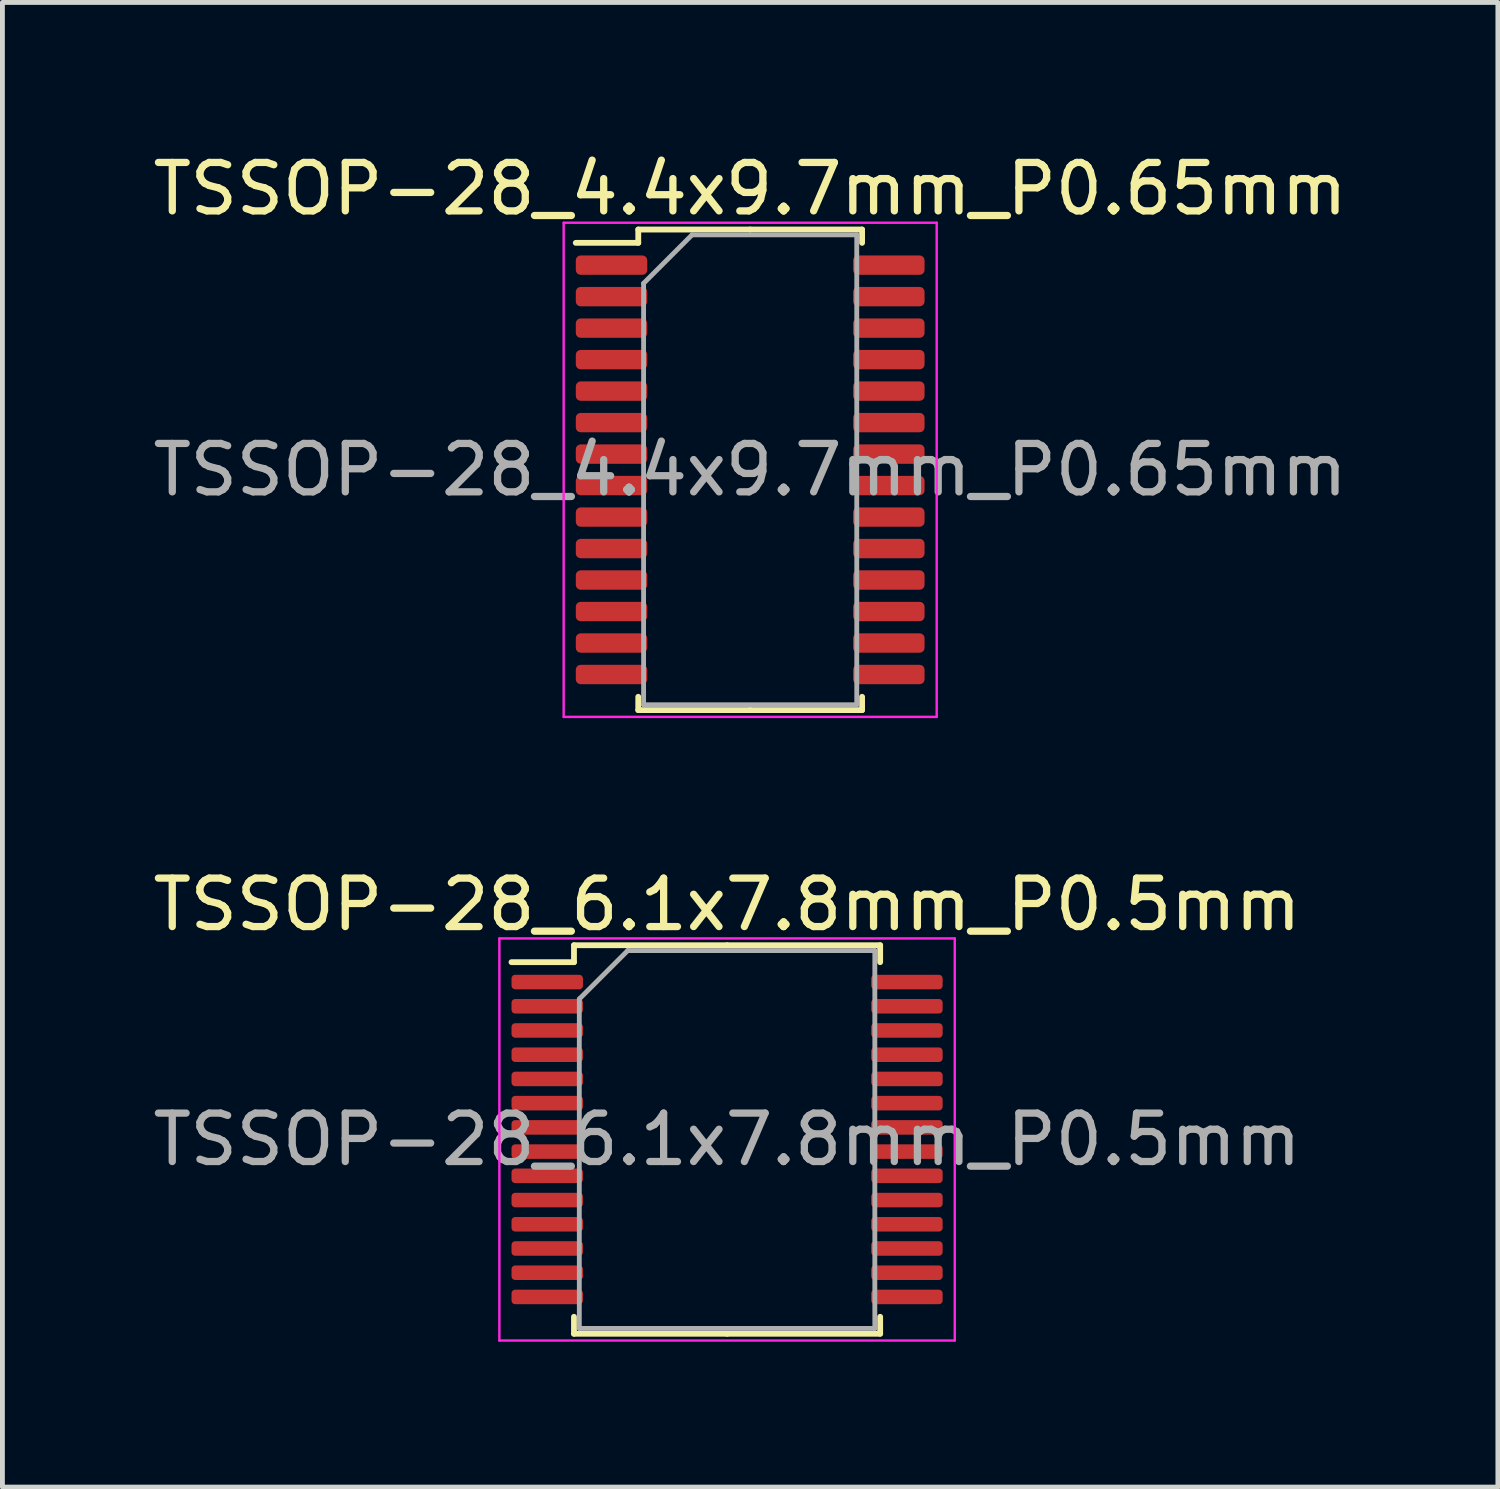
<source format=kicad_pcb>
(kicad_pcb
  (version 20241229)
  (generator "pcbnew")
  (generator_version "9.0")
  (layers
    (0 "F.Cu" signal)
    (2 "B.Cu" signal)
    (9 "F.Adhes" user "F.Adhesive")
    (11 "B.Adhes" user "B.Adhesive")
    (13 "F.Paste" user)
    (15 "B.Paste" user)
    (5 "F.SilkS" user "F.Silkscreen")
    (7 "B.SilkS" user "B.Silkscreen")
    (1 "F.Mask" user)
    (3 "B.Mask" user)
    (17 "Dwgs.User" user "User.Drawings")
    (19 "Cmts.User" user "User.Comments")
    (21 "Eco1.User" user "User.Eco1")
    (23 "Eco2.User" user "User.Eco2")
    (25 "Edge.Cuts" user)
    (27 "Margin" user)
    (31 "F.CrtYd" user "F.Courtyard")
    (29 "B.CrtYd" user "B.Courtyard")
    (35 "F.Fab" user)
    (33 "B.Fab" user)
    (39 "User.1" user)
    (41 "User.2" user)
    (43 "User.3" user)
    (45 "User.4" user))
  (footprint "TSSOP-28_6.1x7.8mm_P0.5mm"
    (layer "F.Cu")
    (at 11.958 20.471)
    (property "Reference" "TSSOP-28_6.1x7.8mm_P0.5mm" (at 0 -4.85 0) (layer "F.SilkS") (effects (font (size 1 1) (thickness 0.15))))
    (attr smd)
    (fp_line (start -3.16 -4.01) (end -3.16 -3.66) (stroke (width 0.12) (type solid)) (layer "F.SilkS"))
    (fp_line (start -3.16 -3.66) (end -4.45 -3.66) (stroke (width 0.12) (type solid)) (layer "F.SilkS"))
    (fp_line (start -3.16 4.01) (end -3.16 3.66) (stroke (width 0.12) (type solid)) (layer "F.SilkS"))
    (fp_line (start 0 -4.01) (end -3.16 -4.01) (stroke (width 0.12) (type solid)) (layer "F.SilkS"))
    (fp_line (start 0 -4.01) (end 3.16 -4.01) (stroke (width 0.12) (type solid)) (layer "F.SilkS"))
    (fp_line (start 0 4.01) (end -3.16 4.01) (stroke (width 0.12) (type solid)) (layer "F.SilkS"))
    (fp_line (start 0 4.01) (end 3.16 4.01) (stroke (width 0.12) (type solid)) (layer "F.SilkS"))
    (fp_line (start 3.16 -4.01) (end 3.16 -3.66) (stroke (width 0.12) (type solid)) (layer "F.SilkS"))
    (fp_line (start 3.16 4.01) (end 3.16 3.66) (stroke (width 0.12) (type solid)) (layer "F.SilkS"))
    (fp_line (start -4.7 -4.15) (end -4.7 4.15) (stroke (width 0.05) (type solid)) (layer "F.CrtYd"))
    (fp_line (start -4.7 4.15) (end 4.7 4.15) (stroke (width 0.05) (type solid)) (layer "F.CrtYd"))
    (fp_line (start 4.7 -4.15) (end -4.7 -4.15) (stroke (width 0.05) (type solid)) (layer "F.CrtYd"))
    (fp_line (start 4.7 4.15) (end 4.7 -4.15) (stroke (width 0.05) (type solid)) (layer "F.CrtYd"))
    (fp_line (start -3.05 -2.9) (end -2.05 -3.9) (stroke (width 0.1) (type solid)) (layer "F.Fab"))
    (fp_line (start -3.05 3.9) (end -3.05 -2.9) (stroke (width 0.1) (type solid)) (layer "F.Fab"))
    (fp_line (start -2.05 -3.9) (end 3.05 -3.9) (stroke (width 0.1) (type solid)) (layer "F.Fab"))
    (fp_line (start 3.05 -3.9) (end 3.05 3.9) (stroke (width 0.1) (type solid)) (layer "F.Fab"))
    (fp_line (start 3.05 3.9) (end -3.05 3.9) (stroke (width 0.1) (type solid)) (layer "F.Fab"))
    (fp_text user "${REFERENCE}" (at 0 0 0) (layer "F.Fab") (effects (font (size 1 1) (thickness 0.15))))
    (pad "1" smd roundrect (at -3.712 -3.25) (size 1.475 0.3) (layers "F.Cu" "F.Mask" "F.Paste") (roundrect_rratio 0.25))
    (pad "2" smd roundrect (at -3.712 -2.75) (size 1.475 0.3) (layers "F.Cu" "F.Mask" "F.Paste") (roundrect_rratio 0.25))
    (pad "3" smd roundrect (at -3.712 -2.25) (size 1.475 0.3) (layers "F.Cu" "F.Mask" "F.Paste") (roundrect_rratio 0.25))
    (pad "4" smd roundrect (at -3.712 -1.75) (size 1.475 0.3) (layers "F.Cu" "F.Mask" "F.Paste") (roundrect_rratio 0.25))
    (pad "5" smd roundrect (at -3.712 -1.25) (size 1.475 0.3) (layers "F.Cu" "F.Mask" "F.Paste") (roundrect_rratio 0.25))
    (pad "6" smd roundrect (at -3.712 -0.75) (size 1.475 0.3) (layers "F.Cu" "F.Mask" "F.Paste") (roundrect_rratio 0.25))
    (pad "7" smd roundrect (at -3.712 -0.25) (size 1.475 0.3) (layers "F.Cu" "F.Mask" "F.Paste") (roundrect_rratio 0.25))
    (pad "8" smd roundrect (at -3.712 0.25) (size 1.475 0.3) (layers "F.Cu" "F.Mask" "F.Paste") (roundrect_rratio 0.25))
    (pad "9" smd roundrect (at -3.712 0.75) (size 1.475 0.3) (layers "F.Cu" "F.Mask" "F.Paste") (roundrect_rratio 0.25))
    (pad "10" smd roundrect (at -3.712 1.25) (size 1.475 0.3) (layers "F.Cu" "F.Mask" "F.Paste") (roundrect_rratio 0.25))
    (pad "11" smd roundrect (at -3.712 1.75) (size 1.475 0.3) (layers "F.Cu" "F.Mask" "F.Paste") (roundrect_rratio 0.25))
    (pad "12" smd roundrect (at -3.712 2.25) (size 1.475 0.3) (layers "F.Cu" "F.Mask" "F.Paste") (roundrect_rratio 0.25))
    (pad "13" smd roundrect (at -3.712 2.75) (size 1.475 0.3) (layers "F.Cu" "F.Mask" "F.Paste") (roundrect_rratio 0.25))
    (pad "14" smd roundrect (at -3.712 3.25) (size 1.475 0.3) (layers "F.Cu" "F.Mask" "F.Paste") (roundrect_rratio 0.25))
    (pad "15" smd roundrect (at 3.712 3.25) (size 1.475 0.3) (layers "F.Cu" "F.Mask" "F.Paste") (roundrect_rratio 0.25))
    (pad "16" smd roundrect (at 3.712 2.75) (size 1.475 0.3) (layers "F.Cu" "F.Mask" "F.Paste") (roundrect_rratio 0.25))
    (pad "17" smd roundrect (at 3.712 2.25) (size 1.475 0.3) (layers "F.Cu" "F.Mask" "F.Paste") (roundrect_rratio 0.25))
    (pad "18" smd roundrect (at 3.712 1.75) (size 1.475 0.3) (layers "F.Cu" "F.Mask" "F.Paste") (roundrect_rratio 0.25))
    (pad "19" smd roundrect (at 3.712 1.25) (size 1.475 0.3) (layers "F.Cu" "F.Mask" "F.Paste") (roundrect_rratio 0.25))
    (pad "20" smd roundrect (at 3.712 0.75) (size 1.475 0.3) (layers "F.Cu" "F.Mask" "F.Paste") (roundrect_rratio 0.25))
    (pad "21" smd roundrect (at 3.712 0.25) (size 1.475 0.3) (layers "F.Cu" "F.Mask" "F.Paste") (roundrect_rratio 0.25))
    (pad "22" smd roundrect (at 3.712 -0.25) (size 1.475 0.3) (layers "F.Cu" "F.Mask" "F.Paste") (roundrect_rratio 0.25))
    (pad "23" smd roundrect (at 3.712 -0.75) (size 1.475 0.3) (layers "F.Cu" "F.Mask" "F.Paste") (roundrect_rratio 0.25))
    (pad "24" smd roundrect (at 3.712 -1.25) (size 1.475 0.3) (layers "F.Cu" "F.Mask" "F.Paste") (roundrect_rratio 0.25))
    (pad "25" smd roundrect (at 3.712 -1.75) (size 1.475 0.3) (layers "F.Cu" "F.Mask" "F.Paste") (roundrect_rratio 0.25))
    (pad "26" smd roundrect (at 3.712 -2.25) (size 1.475 0.3) (layers "F.Cu" "F.Mask" "F.Paste") (roundrect_rratio 0.25))
    (pad "27" smd roundrect (at 3.712 -2.75) (size 1.475 0.3) (layers "F.Cu" "F.Mask" "F.Paste") (roundrect_rratio 0.25))
    (pad "28" smd roundrect (at 3.712 -3.25) (size 1.475 0.3) (layers "F.Cu" "F.Mask" "F.Paste") (roundrect_rratio 0.25)))
  (footprint "TSSOP-28_4.4x9.7mm_P0.65mm"
    (layer "F.Cu")
    (at 12.435 6.648)
    (property "Reference" "TSSOP-28_4.4x9.7mm_P0.65mm" (at 0 -5.8 0) (layer "F.SilkS") (effects (font (size 1 1) (thickness 0.15))))
    (attr smd)
    (fp_line (start -2.31 -4.96) (end -2.31 -4.685) (stroke (width 0.12) (type solid)) (layer "F.SilkS"))
    (fp_line (start -2.31 -4.685) (end -3.6 -4.685) (stroke (width 0.12) (type solid)) (layer "F.SilkS"))
    (fp_line (start -2.31 4.96) (end -2.31 4.685) (stroke (width 0.12) (type solid)) (layer "F.SilkS"))
    (fp_line (start 0 -4.96) (end -2.31 -4.96) (stroke (width 0.12) (type solid)) (layer "F.SilkS"))
    (fp_line (start 0 -4.96) (end 2.31 -4.96) (stroke (width 0.12) (type solid)) (layer "F.SilkS"))
    (fp_line (start 0 4.96) (end -2.31 4.96) (stroke (width 0.12) (type solid)) (layer "F.SilkS"))
    (fp_line (start 0 4.96) (end 2.31 4.96) (stroke (width 0.12) (type solid)) (layer "F.SilkS"))
    (fp_line (start 2.31 -4.96) (end 2.31 -4.685) (stroke (width 0.12) (type solid)) (layer "F.SilkS"))
    (fp_line (start 2.31 4.96) (end 2.31 4.685) (stroke (width 0.12) (type solid)) (layer "F.SilkS"))
    (fp_line (start -3.85 -5.1) (end -3.85 5.1) (stroke (width 0.05) (type solid)) (layer "F.CrtYd"))
    (fp_line (start -3.85 5.1) (end 3.85 5.1) (stroke (width 0.05) (type solid)) (layer "F.CrtYd"))
    (fp_line (start 3.85 -5.1) (end -3.85 -5.1) (stroke (width 0.05) (type solid)) (layer "F.CrtYd"))
    (fp_line (start 3.85 5.1) (end 3.85 -5.1) (stroke (width 0.05) (type solid)) (layer "F.CrtYd"))
    (fp_line (start -2.2 -3.85) (end -1.2 -4.85) (stroke (width 0.1) (type solid)) (layer "F.Fab"))
    (fp_line (start -2.2 4.85) (end -2.2 -3.85) (stroke (width 0.1) (type solid)) (layer "F.Fab"))
    (fp_line (start -1.2 -4.85) (end 2.2 -4.85) (stroke (width 0.1) (type solid)) (layer "F.Fab"))
    (fp_line (start 2.2 -4.85) (end 2.2 4.85) (stroke (width 0.1) (type solid)) (layer "F.Fab"))
    (fp_line (start 2.2 4.85) (end -2.2 4.85) (stroke (width 0.1) (type solid)) (layer "F.Fab"))
    (fp_text user "${REFERENCE}" (at 0 0 0) (layer "F.Fab") (effects (font (size 1 1) (thickness 0.15))))
    (pad "1" smd roundrect (at -2.862 -4.225) (size 1.475 0.4) (layers "F.Cu" "F.Mask" "F.Paste") (roundrect_rratio 0.25))
    (pad "2" smd roundrect (at -2.862 -3.575) (size 1.475 0.4) (layers "F.Cu" "F.Mask" "F.Paste") (roundrect_rratio 0.25))
    (pad "3" smd roundrect (at -2.862 -2.925) (size 1.475 0.4) (layers "F.Cu" "F.Mask" "F.Paste") (roundrect_rratio 0.25))
    (pad "4" smd roundrect (at -2.862 -2.275) (size 1.475 0.4) (layers "F.Cu" "F.Mask" "F.Paste") (roundrect_rratio 0.25))
    (pad "5" smd roundrect (at -2.862 -1.625) (size 1.475 0.4) (layers "F.Cu" "F.Mask" "F.Paste") (roundrect_rratio 0.25))
    (pad "6" smd roundrect (at -2.862 -0.975) (size 1.475 0.4) (layers "F.Cu" "F.Mask" "F.Paste") (roundrect_rratio 0.25))
    (pad "7" smd roundrect (at -2.862 -0.325) (size 1.475 0.4) (layers "F.Cu" "F.Mask" "F.Paste") (roundrect_rratio 0.25))
    (pad "8" smd roundrect (at -2.862 0.325) (size 1.475 0.4) (layers "F.Cu" "F.Mask" "F.Paste") (roundrect_rratio 0.25))
    (pad "9" smd roundrect (at -2.862 0.975) (size 1.475 0.4) (layers "F.Cu" "F.Mask" "F.Paste") (roundrect_rratio 0.25))
    (pad "10" smd roundrect (at -2.862 1.625) (size 1.475 0.4) (layers "F.Cu" "F.Mask" "F.Paste") (roundrect_rratio 0.25))
    (pad "11" smd roundrect (at -2.862 2.275) (size 1.475 0.4) (layers "F.Cu" "F.Mask" "F.Paste") (roundrect_rratio 0.25))
    (pad "12" smd roundrect (at -2.862 2.925) (size 1.475 0.4) (layers "F.Cu" "F.Mask" "F.Paste") (roundrect_rratio 0.25))
    (pad "13" smd roundrect (at -2.862 3.575) (size 1.475 0.4) (layers "F.Cu" "F.Mask" "F.Paste") (roundrect_rratio 0.25))
    (pad "14" smd roundrect (at -2.862 4.225) (size 1.475 0.4) (layers "F.Cu" "F.Mask" "F.Paste") (roundrect_rratio 0.25))
    (pad "15" smd roundrect (at 2.862 4.225) (size 1.475 0.4) (layers "F.Cu" "F.Mask" "F.Paste") (roundrect_rratio 0.25))
    (pad "16" smd roundrect (at 2.862 3.575) (size 1.475 0.4) (layers "F.Cu" "F.Mask" "F.Paste") (roundrect_rratio 0.25))
    (pad "17" smd roundrect (at 2.862 2.925) (size 1.475 0.4) (layers "F.Cu" "F.Mask" "F.Paste") (roundrect_rratio 0.25))
    (pad "18" smd roundrect (at 2.862 2.275) (size 1.475 0.4) (layers "F.Cu" "F.Mask" "F.Paste") (roundrect_rratio 0.25))
    (pad "19" smd roundrect (at 2.862 1.625) (size 1.475 0.4) (layers "F.Cu" "F.Mask" "F.Paste") (roundrect_rratio 0.25))
    (pad "20" smd roundrect (at 2.862 0.975) (size 1.475 0.4) (layers "F.Cu" "F.Mask" "F.Paste") (roundrect_rratio 0.25))
    (pad "21" smd roundrect (at 2.862 0.325) (size 1.475 0.4) (layers "F.Cu" "F.Mask" "F.Paste") (roundrect_rratio 0.25))
    (pad "22" smd roundrect (at 2.862 -0.325) (size 1.475 0.4) (layers "F.Cu" "F.Mask" "F.Paste") (roundrect_rratio 0.25))
    (pad "23" smd roundrect (at 2.862 -0.975) (size 1.475 0.4) (layers "F.Cu" "F.Mask" "F.Paste") (roundrect_rratio 0.25))
    (pad "24" smd roundrect (at 2.862 -1.625) (size 1.475 0.4) (layers "F.Cu" "F.Mask" "F.Paste") (roundrect_rratio 0.25))
    (pad "25" smd roundrect (at 2.862 -2.275) (size 1.475 0.4) (layers "F.Cu" "F.Mask" "F.Paste") (roundrect_rratio 0.25))
    (pad "26" smd roundrect (at 2.862 -2.925) (size 1.475 0.4) (layers "F.Cu" "F.Mask" "F.Paste") (roundrect_rratio 0.25))
    (pad "27" smd roundrect (at 2.862 -3.575) (size 1.475 0.4) (layers "F.Cu" "F.Mask" "F.Paste") (roundrect_rratio 0.25))
    (pad "28" smd roundrect (at 2.862 -4.225) (size 1.475 0.4) (layers "F.Cu" "F.Mask" "F.Paste") (roundrect_rratio 0.25)))
  (gr_rect
    (start -3 -3)
    (end 27.869 27.646)
    (stroke (width 0.1) (type default))
    (fill no)
    (layer "Edge.Cuts")))
</source>
